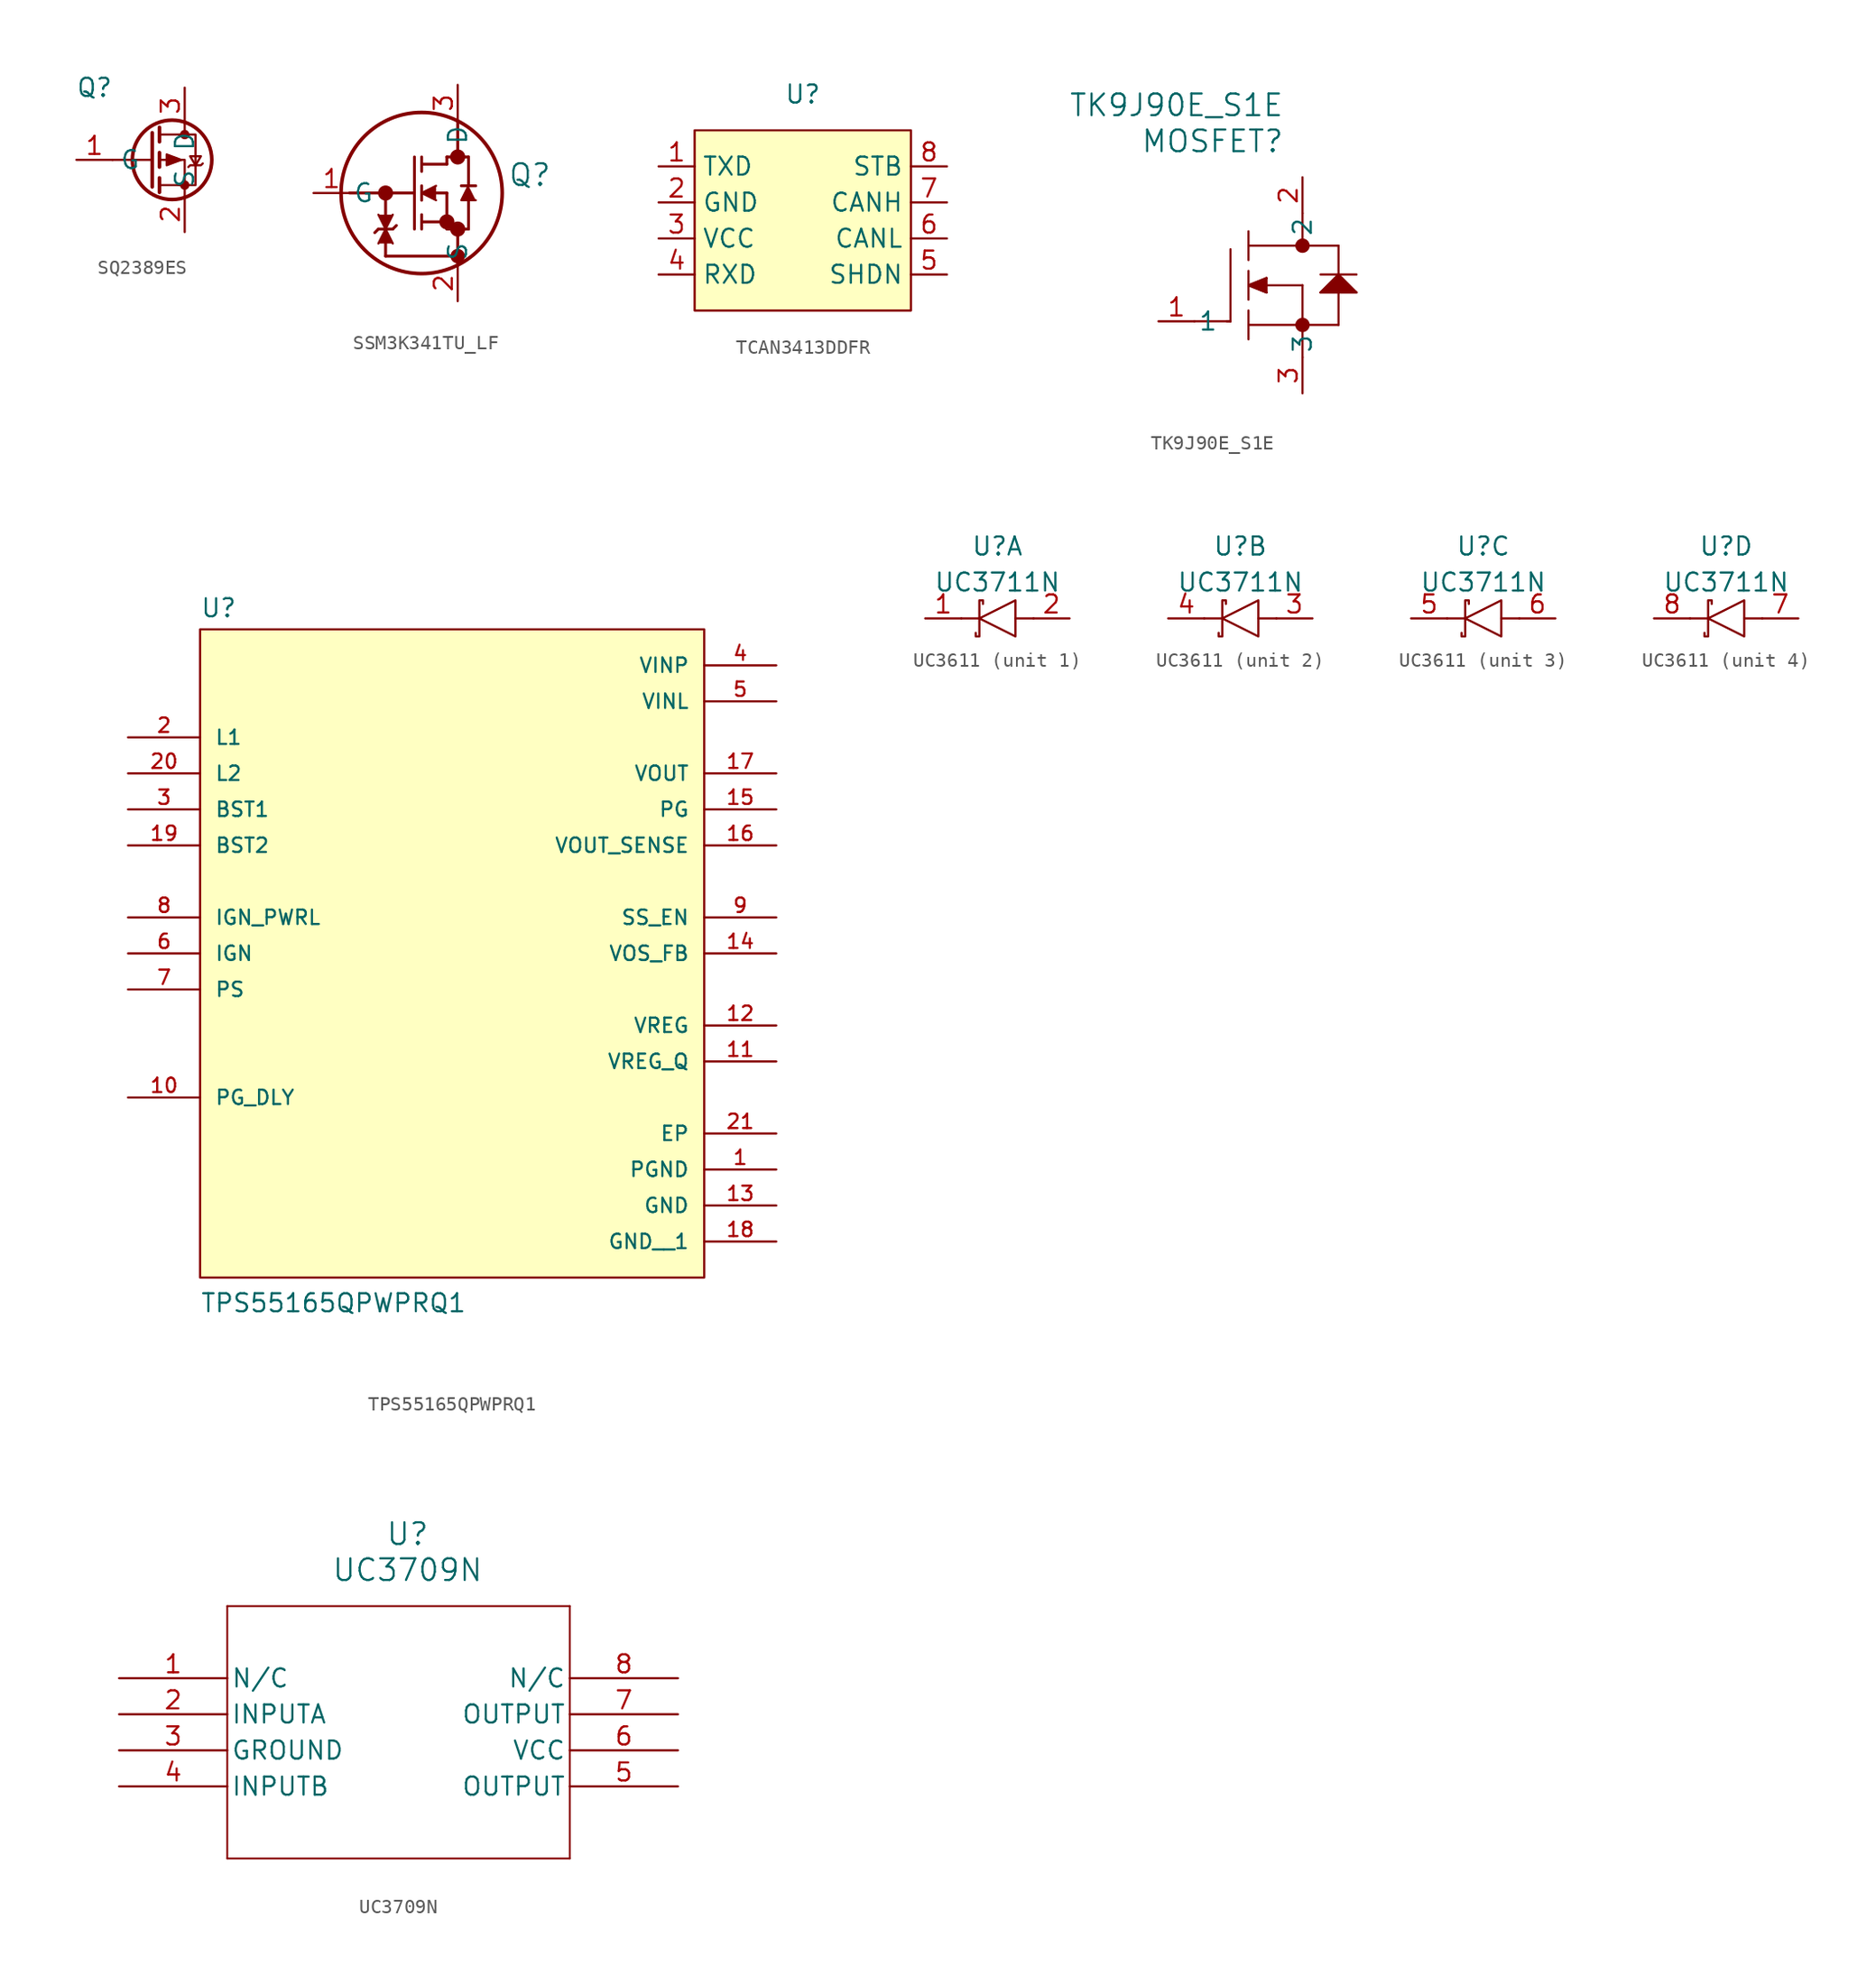
<source format=kicad_sym>
(kicad_symbol_lib
  (version 20220914)
  (generator kicad_symbol_editor)
  (symbol "SQ2389ES"
    (property "Reference" "Q"
      (at -6.35 5.08 0)
      (effects (font (size 1.27 1.27))))
    (property "Value" ""
      (at 0 0 0)
      (effects (font (size 1.27 1.27))))
    (symbol "SQ2389ES_0_1"
      (circle (center -0.889 0) (radius 2.794) (stroke (width 0.254) (type default)) (fill (type none)))
      (circle (center 0 -1.778) (radius 0.254) (stroke (width 0) (type default)) (fill (type outline)))
      (polyline (pts (xy -2.286 0) (xy -5.08 0)) (stroke (width 0) (type default)) (fill (type none)))
      (polyline (pts (xy -2.286 1.905) (xy -2.286 -1.905)) (stroke (width 0.254) (type default)) (fill (type none)))
      (polyline (pts (xy -1.778 -1.27) (xy -1.778 -2.286)) (stroke (width 0.254) (type default)) (fill (type none)))
      (polyline (pts (xy -1.778 0.508) (xy -1.778 -0.508)) (stroke (width 0.254) (type default)) (fill (type none)))
      (polyline (pts (xy -1.778 2.286) (xy -1.778 1.27)) (stroke (width 0.254) (type default)) (fill (type none)))
      (polyline (pts (xy 0 2.54) (xy 0 1.778)) (stroke (width 0) (type default)) (fill (type none)))
      (polyline (pts (xy 0 -2.54) (xy 0 0) (xy -1.778 0)) (stroke (width 0) (type default)) (fill (type none)))
      (polyline (pts (xy -1.778 1.778) (xy 0.762 1.778) (xy 0.762 -1.778) (xy -1.778 -1.778)) (stroke (width 0) (type default)) (fill (type none)))
      (polyline (pts (xy -0.254 0) (xy -1.27 0.381) (xy -1.27 -0.381) (xy -0.254 0)) (stroke (width 0) (type default)) (fill (type outline)))
      (polyline (pts (xy 0.254 -0.508) (xy 0.381 -0.381) (xy 1.143 -0.381) (xy 1.27 -0.254)) (stroke (width 0) (type default)) (fill (type none)))
      (polyline (pts (xy 0.762 -0.381) (xy 0.381 0.254) (xy 1.143 0.254) (xy 0.762 -0.381)) (stroke (width 0) (type default)) (fill (type none)))
      (circle (center 0 1.778) (radius 0.254) (stroke (width 0) (type default)) (fill (type outline))))
    (symbol "SQ2389ES_1_1"
      (pin input line (at -7.62 0 0) (length 2.54) (name "G" (effects (font (size 1.27 1.27)))) (number "1" (effects (font (size 1.27 1.27)))))
      (pin passive line (at 0 -5.08 90) (length 2.54) (name "S" (effects (font (size 1.27 1.27)))) (number "2" (effects (font (size 1.27 1.27)))))
      (pin passive line (at 0 5.08 270) (length 2.54) (name "D" (effects (font (size 1.27 1.27)))) (number "3" (effects (font (size 1.27 1.27)))))))
  (symbol "SSM3K341TU_LF"
    (pin_names
      (offset 0.254))
    (property "Reference" "Q"
      (at 3.81 1.27 0)
      (effects (font (size 1.524 1.524))))
    (symbol "SSM3K341TU_LF_0_1"
      (circle (center -6.35 0) (radius 0.025) (stroke (width 0.508) (type default)) (fill (type none)))
      (circle (center -3.81 0) (radius 5.677) (stroke (width 0.254) (type default)) (fill (type none)))
      (circle (center -2.032 -2.032) (radius 0.025) (stroke (width 0.508) (type default)) (fill (type none)))
      (circle (center -1.27 -4.445) (radius 0.0001) (stroke (width 0.508) (type default)) (fill (type none)))
      (circle (center -1.27 -2.54) (radius 0.025) (stroke (width 0.508) (type default)) (fill (type none)))
      (circle (center -1.27 2.54) (radius 0.025) (stroke (width 0.508) (type default)) (fill (type none)))
      (polyline (pts (xy -8.89 0) (xy -4.318 0)) (stroke (width 0.203) (type default)) (fill (type none)))
      (polyline (pts (xy -6.858 -2.54) (xy -7.112 -2.794)) (stroke (width 0.203) (type default)) (fill (type none)))
      (polyline (pts (xy -6.35 -4.445) (xy -6.35 -3.556)) (stroke (width 0.203) (type default)) (fill (type none)))
      (polyline (pts (xy -6.35 -1.524) (xy -6.35 0)) (stroke (width 0.203) (type default)) (fill (type none)))
      (polyline (pts (xy -5.842 -2.54) (xy -6.858 -2.54)) (stroke (width 0.203) (type default)) (fill (type none)))
      (polyline (pts (xy -5.842 -2.54) (xy -5.588 -2.286)) (stroke (width 0.203) (type default)) (fill (type none)))
      (polyline (pts (xy -4.318 -2.54) (xy -4.318 2.54)) (stroke (width 0.203) (type default)) (fill (type none)))
      (polyline (pts (xy -3.81 -2.54) (xy -3.81 -1.524)) (stroke (width 0.203) (type default)) (fill (type none)))
      (polyline (pts (xy -3.81 -2.032) (xy -2.032 -2.032)) (stroke (width 0.203) (type default)) (fill (type none)))
      (polyline (pts (xy -3.81 -0.508) (xy -3.81 0.508)) (stroke (width 0.203) (type default)) (fill (type none)))
      (polyline (pts (xy -3.81 1.524) (xy -3.81 2.54)) (stroke (width 0.203) (type default)) (fill (type none)))
      (polyline (pts (xy -3.81 2.032) (xy -2.032 2.032)) (stroke (width 0.203) (type default)) (fill (type none)))
      (polyline (pts (xy -2.794 0) (xy -2.032 0)) (stroke (width 0.203) (type default)) (fill (type none)))
      (polyline (pts (xy -2.032 -2.54) (xy -2.032 0)) (stroke (width 0.203) (type default)) (fill (type none)))
      (polyline (pts (xy -2.032 -2.54) (xy -0.508 -2.54)) (stroke (width 0.203) (type default)) (fill (type none)))
      (polyline (pts (xy -2.032 2.032) (xy -2.032 2.54)) (stroke (width 0.203) (type default)) (fill (type none)))
      (polyline (pts (xy -2.032 2.54) (xy -0.508 2.54)) (stroke (width 0.203) (type default)) (fill (type none)))
      (polyline (pts (xy -1.27 -4.445) (xy -6.35 -4.445)) (stroke (width 0.203) (type default)) (fill (type none)))
      (polyline (pts (xy -1.27 -2.54) (xy -1.27 -5.08)) (stroke (width 0.203) (type default)) (fill (type none)))
      (polyline (pts (xy -1.27 3.81) (xy -1.27 2.54)) (stroke (width 0.203) (type default)) (fill (type none)))
      (polyline (pts (xy -1.27 3.81) (xy -1.27 5.08)) (stroke (width 0.203) (type default)) (fill (type none)))
      (polyline (pts (xy -0.508 -2.54) (xy -0.508 -0.508)) (stroke (width 0.203) (type default)) (fill (type none)))
      (polyline (pts (xy -0.508 0.508) (xy -0.508 2.54)) (stroke (width 0.203) (type default)) (fill (type none)))
      (polyline (pts (xy 0 0.508) (xy -1.016 0.508)) (stroke (width 0.203) (type default)) (fill (type none)))
      (polyline (pts (xy -6.858 -1.524) (xy -6.35 -2.54) (xy -5.842 -1.524)) (stroke (width 0) (type default)) (fill (type outline)))
      (polyline (pts (xy -5.842 -3.556) (xy -6.35 -2.54) (xy -6.858 -3.556)) (stroke (width 0) (type default)) (fill (type outline)))
      (polyline (pts (xy -2.794 0.508) (xy -3.81 0) (xy -2.794 -0.508)) (stroke (width 0) (type default)) (fill (type outline)))
      (polyline (pts (xy 0 -0.508) (xy -1.016 -0.508) (xy -0.508 0.508)) (stroke (width 0) (type default)) (fill (type outline)))
      (pin unspecified line (at -11.43 0 0) (length 2.54) (name "G" (effects (font (size 1.27 1.27)))) (number "1" (effects (font (size 1.27 1.27)))))
      (pin unspecified line (at -1.27 -7.62 90) (length 2.54) (name "S" (effects (font (size 1.27 1.27)))) (number "2" (effects (font (size 1.27 1.27)))))
      (pin unspecified line (at -1.27 7.62 270) (length 2.54) (name "D" (effects (font (size 1.27 1.27)))) (number "3" (effects (font (size 1.27 1.27)))))))
  (symbol "TCAN3413DDFR"
    (property "Reference" "U"
      (at 0 8.89 0)
      (effects (font (size 1.27 1.27))))
    (property "Value" ""
      (at 0 0 0)
      (effects (font (size 1.27 1.27))))
    (symbol "TCAN3413DDFR_1_1"
      (rectangle (start -7.62 6.35) (end 7.62 -6.35) (stroke (width 0) (type default)) (fill (type background)))
      (pin output line (at -10.16 3.81 0) (length 2.54) (name "TXD" (effects (font (size 1.27 1.27)))) (number "1" (effects (font (size 1.27 1.27)))))
      (pin power_in line (at -10.16 1.27 0) (length 2.54) (name "GND" (effects (font (size 1.27 1.27)))) (number "2" (effects (font (size 1.27 1.27)))))
      (pin power_in line (at -10.16 -1.27 0) (length 2.54) (name "VCC" (effects (font (size 1.27 1.27)))) (number "3" (effects (font (size 1.27 1.27)))))
      (pin input line (at -10.16 -3.81 0) (length 2.54) (name "RXD" (effects (font (size 1.27 1.27)))) (number "4" (effects (font (size 1.27 1.27)))))
      (pin bidirectional line (at 10.16 -3.81 180) (length 2.54) (name "SHDN" (effects (font (size 1.27 1.27)))) (number "5" (effects (font (size 1.27 1.27)))))
      (pin bidirectional line (at 10.16 -1.27 180) (length 2.54) (name "CANL" (effects (font (size 1.27 1.27)))) (number "6" (effects (font (size 1.27 1.27)))))
      (pin bidirectional line (at 10.16 1.27 180) (length 2.54) (name "CANH" (effects (font (size 1.27 1.27)))) (number "7" (effects (font (size 1.27 1.27)))))
      (pin bidirectional line (at 10.16 3.81 180) (length 2.54) (name "STB" (effects (font (size 1.27 1.27)))) (number "8" (effects (font (size 1.27 1.27)))))))
  (symbol "TK9J90E_S1E"
    (pin_names
      (offset 0.254))
    (property "Reference" "MOSFET"
      (at -6.35 12.7 0)
      (effects (font (size 1.524 1.524))))
    (property "Value" "TK9J90E_S1E"
      (at -8.89 15.24 0)
      (effects (font (size 1.524 1.524))))
    (property "ki_locked" ""
      (at 0 0 0)
      (effects (font (size 1.27 1.27))))
    (symbol "TK9J90E_S1E_0_1"
      (circle (center 0 -0.254) (radius 0.254) (stroke (width 0.508) (type default)) (fill (type none)))
      (polyline (pts (xy -5.08 0) (xy -7.62 0)) (stroke (width 0.152) (type default)) (fill (type none)))
      (polyline (pts (xy -5.08 0) (xy -5.334 0)) (stroke (width 0.152) (type default)) (fill (type none)))
      (polyline (pts (xy -5.08 0) (xy -5.08 5.08)) (stroke (width 0.152) (type default)) (fill (type none)))
      (polyline (pts (xy -3.81 -1.27) (xy -3.81 0.762)) (stroke (width 0.152) (type default)) (fill (type none)))
      (polyline (pts (xy -3.81 -0.254) (xy 2.54 -0.254)) (stroke (width 0.152) (type default)) (fill (type none)))
      (polyline (pts (xy -3.81 1.524) (xy -3.81 3.556)) (stroke (width 0.152) (type default)) (fill (type none)))
      (polyline (pts (xy -3.81 2.54) (xy -2.54 3.048)) (stroke (width 0.152) (type default)) (fill (type none)))
      (polyline (pts (xy -3.81 4.318) (xy -3.81 6.35)) (stroke (width 0.152) (type default)) (fill (type none)))
      (polyline (pts (xy -2.54 2.032) (xy -3.81 2.54)) (stroke (width 0.152) (type default)) (fill (type none)))
      (polyline (pts (xy -2.54 2.54) (xy 0 2.54)) (stroke (width 0.152) (type default)) (fill (type none)))
      (polyline (pts (xy -2.54 3.048) (xy -2.54 2.032)) (stroke (width 0.152) (type default)) (fill (type none)))
      (polyline (pts (xy 0 2.54) (xy 0 -2.54)) (stroke (width 0.152) (type default)) (fill (type none)))
      (polyline (pts (xy 0 7.62) (xy 0 5.334)) (stroke (width 0.152) (type default)) (fill (type none)))
      (polyline (pts (xy 1.27 2.032) (xy 3.81 2.032)) (stroke (width 0.152) (type default)) (fill (type none)))
      (polyline (pts (xy 1.27 3.302) (xy 3.81 3.302)) (stroke (width 0.152) (type default)) (fill (type none)))
      (polyline (pts (xy 2.54 -0.254) (xy 2.54 2.032)) (stroke (width 0.152) (type default)) (fill (type none)))
      (polyline (pts (xy 2.54 3.302) (xy 1.27 2.032)) (stroke (width 0.152) (type default)) (fill (type none)))
      (polyline (pts (xy 2.54 3.302) (xy 2.54 5.334)) (stroke (width 0.152) (type default)) (fill (type none)))
      (polyline (pts (xy 2.54 5.334) (xy -3.81 5.334)) (stroke (width 0.152) (type default)) (fill (type none)))
      (polyline (pts (xy 3.81 2.032) (xy 2.54 3.302)) (stroke (width 0.152) (type default)) (fill (type none)))
      (polyline (pts (xy -2.54 3.048) (xy -3.81 2.54) (xy -2.54 2.032)) (stroke (width 0) (type default)) (fill (type outline)))
      (polyline (pts (xy 2.54 3.302) (xy 1.27 2.032) (xy 3.81 2.032)) (stroke (width 0) (type default)) (fill (type outline)))
      (circle (center 0 5.334) (radius 0.254) (stroke (width 0.508) (type default)) (fill (type none)))
      (pin unspecified line (at -10.16 0 0) (length 2.54) (name "1" (effects (font (size 1.27 1.27)))) (number "1" (effects (font (size 1.27 1.27)))))
      (pin unspecified line (at 0 10.16 270) (length 2.54) (name "2" (effects (font (size 1.27 1.27)))) (number "2" (effects (font (size 1.27 1.27)))))
      (pin unspecified line (at 0 -5.08 90) (length 2.54) (name "3" (effects (font (size 1.27 1.27)))) (number "3" (effects (font (size 1.27 1.27)))))))
  (symbol "TPS55165QPWPRQ1"
    (pin_names
      (offset 1.016))
    (property "Reference" "U"
      (at -17.78 21.082 0)
      (effects (font (size 1.27 1.27)) (justify left bottom)))
    (property "Value" "TPS55165QPWPRQ1"
      (at -17.78 -27.94 0)
      (effects (font (size 1.27 1.27)) (justify left bottom)))
    (symbol "TPS55165QPWPRQ1_0_0"
      (rectangle (start -17.78 -25.4) (end 17.78 20.32) (stroke (width 0.152) (type default)) (fill (type background)))
      (pin power_in line (at 22.86 -17.78 180) (length 5.08) (name "PGND" (effects (font (size 1.016 1.016)))) (number "1" (effects (font (size 1.016 1.016)))))
      (pin input line (at -22.86 -12.7 0) (length 5.08) (name "PG_DLY" (effects (font (size 1.016 1.016)))) (number "10" (effects (font (size 1.016 1.016)))))
      (pin input line (at 22.86 -10.16 180) (length 5.08) (name "VREG_Q" (effects (font (size 1.016 1.016)))) (number "11" (effects (font (size 1.016 1.016)))))
      (pin output line (at 22.86 -7.62 180) (length 5.08) (name "VREG" (effects (font (size 1.016 1.016)))) (number "12" (effects (font (size 1.016 1.016)))))
      (pin power_in line (at 22.86 -20.32 180) (length 5.08) (name "GND" (effects (font (size 1.016 1.016)))) (number "13" (effects (font (size 1.016 1.016)))))
      (pin input line (at 22.86 -2.54 180) (length 5.08) (name "VOS_FB" (effects (font (size 1.016 1.016)))) (number "14" (effects (font (size 1.016 1.016)))))
      (pin output line (at 22.86 7.62 180) (length 5.08) (name "PG" (effects (font (size 1.016 1.016)))) (number "15" (effects (font (size 1.016 1.016)))))
      (pin input line (at 22.86 5.08 180) (length 5.08) (name "VOUT_SENSE" (effects (font (size 1.016 1.016)))) (number "16" (effects (font (size 1.016 1.016)))))
      (pin output line (at 22.86 10.16 180) (length 5.08) (name "VOUT" (effects (font (size 1.016 1.016)))) (number "17" (effects (font (size 1.016 1.016)))))
      (pin power_in line (at 22.86 -22.86 180) (length 5.08) (name "GND__1" (effects (font (size 1.016 1.016)))) (number "18" (effects (font (size 1.016 1.016)))))
      (pin input line (at -22.86 5.08 0) (length 5.08) (name "BST2" (effects (font (size 1.016 1.016)))) (number "19" (effects (font (size 1.016 1.016)))))
      (pin input line (at -22.86 12.7 0) (length 5.08) (name "L1" (effects (font (size 1.016 1.016)))) (number "2" (effects (font (size 1.016 1.016)))))
      (pin input line (at -22.86 10.16 0) (length 5.08) (name "L2" (effects (font (size 1.016 1.016)))) (number "20" (effects (font (size 1.016 1.016)))))
      (pin power_in line (at 22.86 -15.24 180) (length 5.08) (name "EP" (effects (font (size 1.016 1.016)))) (number "21" (effects (font (size 1.016 1.016)))))
      (pin input line (at -22.86 7.62 0) (length 5.08) (name "BST1" (effects (font (size 1.016 1.016)))) (number "3" (effects (font (size 1.016 1.016)))))
      (pin power_in line (at 22.86 17.78 180) (length 5.08) (name "VINP" (effects (font (size 1.016 1.016)))) (number "4" (effects (font (size 1.016 1.016)))))
      (pin power_in line (at 22.86 15.24 180) (length 5.08) (name "VINL" (effects (font (size 1.016 1.016)))) (number "5" (effects (font (size 1.016 1.016)))))
      (pin input line (at -22.86 -2.54 0) (length 5.08) (name "IGN" (effects (font (size 1.016 1.016)))) (number "6" (effects (font (size 1.016 1.016)))))
      (pin input line (at -22.86 -5.08 0) (length 5.08) (name "PS" (effects (font (size 1.016 1.016)))) (number "7" (effects (font (size 1.016 1.016)))))
      (pin input line (at -22.86 0 0) (length 5.08) (name "IGN_PWRL" (effects (font (size 1.016 1.016)))) (number "8" (effects (font (size 1.016 1.016)))))
      (pin input line (at 22.86 0 180) (length 5.08) (name "SS_EN" (effects (font (size 1.016 1.016)))) (number "9" (effects (font (size 1.016 1.016)))))))
  (symbol "UC3611"
    (property "Reference" "U"
      (at 0 5.08 0)
      (effects (font (size 1.27 1.27))))
    (property "Value" "UC3711N"
      (at 0 2.54 0)
      (effects (font (size 1.27 1.27))))
    (property "ki_locked" ""
      (at 0 0 0)
      (effects (font (size 1.27 1.27))))
    (symbol "UC3611_0_1"
      (polyline (pts (xy -1.27 0) (xy -2.54 0)) (stroke (width 0) (type default)) (fill (type none)))
      (polyline (pts (xy 1.27 0) (xy 2.54 0)) (stroke (width 0) (type default)) (fill (type none)))
      (polyline (pts (xy -1.27 0) (xy 1.27 1.27) (xy 1.27 -1.27) (xy -1.27 0)) (stroke (width 0) (type default)) (fill (type none)))
      (polyline (pts (xy -1.016 1.016) (xy -1.016 1.27) (xy -1.27 1.27) (xy -1.27 -1.27) (xy -1.524 -1.27) (xy -1.524 -1.016)) (stroke (width 0) (type default)) (fill (type none))))
    (symbol "UC3611_1_1"
      (pin passive line (at -5.08 0 0) (length 2.54) (name "Cathode" (effects (font (size 0 0)))) (number "1" (effects (font (size 1.27 1.27)))))
      (pin passive line (at 5.08 0 180) (length 2.54) (name "Anode" (effects (font (size 0 0)))) (number "2" (effects (font (size 1.27 1.27))))))
    (symbol "UC3611_2_1"
      (pin passive line (at 5.08 0 180) (length 2.54) (name "Anode" (effects (font (size 0 0)))) (number "3" (effects (font (size 1.27 1.27)))))
      (pin passive line (at -5.08 0 0) (length 2.54) (name "Cathode" (effects (font (size 0 0)))) (number "4" (effects (font (size 1.27 1.27))))))
    (symbol "UC3611_3_1"
      (pin passive line (at -5.08 0 0) (length 2.54) (name "Cathode" (effects (font (size 0 0)))) (number "5" (effects (font (size 1.27 1.27)))))
      (pin passive line (at 5.08 0 180) (length 2.54) (name "Anode" (effects (font (size 0 0)))) (number "6" (effects (font (size 1.27 1.27))))))
    (symbol "UC3611_4_1"
      (pin passive line (at 5.08 0 180) (length 2.54) (name "Anode" (effects (font (size 0 0)))) (number "7" (effects (font (size 1.27 1.27)))))
      (pin passive line (at -5.08 0 0) (length 2.54) (name "Cathode" (effects (font (size 0 0)))) (number "8" (effects (font (size 1.27 1.27)))))))
  (symbol "UC3709N"
    (pin_names
      (offset 0.254))
    (property "Reference" "U"
      (at 0 13.97 0)
      (effects (font (size 1.524 1.524))))
    (property "Value" "UC3709N"
      (at 0 11.43 0)
      (effects (font (size 1.524 1.524))))
    (property "ki_locked" ""
      (at 0 0 0)
      (effects (font (size 1.27 1.27))))
    (symbol "UC3709N_0_1"
      (polyline (pts (xy -12.7 -8.89) (xy 11.43 -8.89)) (stroke (width 0.127) (type default)) (fill (type none)))
      (polyline (pts (xy -12.7 8.89) (xy -12.7 -8.89)) (stroke (width 0.127) (type default)) (fill (type none)))
      (polyline (pts (xy 11.43 -8.89) (xy 11.43 8.89)) (stroke (width 0.127) (type default)) (fill (type none)))
      (polyline (pts (xy 11.43 8.89) (xy -12.7 8.89)) (stroke (width 0.127) (type default)) (fill (type none)))
      (pin unspecified line (at -20.32 3.81 0) (length 7.62) (name "N/C" (effects (font (size 1.27 1.27)))) (number "1" (effects (font (size 1.27 1.27)))))
      (pin input line (at -20.32 1.27 0) (length 7.62) (name "INPUTA" (effects (font (size 1.27 1.27)))) (number "2" (effects (font (size 1.27 1.27)))))
      (pin power_in line (at -20.32 -1.27 0) (length 7.62) (name "GROUND" (effects (font (size 1.27 1.27)))) (number "3" (effects (font (size 1.27 1.27)))))
      (pin input line (at -20.32 -3.81 0) (length 7.62) (name "INPUTB" (effects (font (size 1.27 1.27)))) (number "4" (effects (font (size 1.27 1.27)))))
      (pin output line (at 19.05 -3.81 180) (length 7.62) (name "OUTPUT" (effects (font (size 1.27 1.27)))) (number "5" (effects (font (size 1.27 1.27)))))
      (pin power_in line (at 19.05 -1.27 180) (length 7.62) (name "VCC" (effects (font (size 1.27 1.27)))) (number "6" (effects (font (size 1.27 1.27)))))
      (pin output line (at 19.05 1.27 180) (length 7.62) (name "OUTPUT" (effects (font (size 1.27 1.27)))) (number "7" (effects (font (size 1.27 1.27)))))
      (pin unspecified line (at 19.05 3.81 180) (length 7.62) (name "N/C" (effects (font (size 1.27 1.27)))) (number "8" (effects (font (size 1.27 1.27))))))))
</source>
